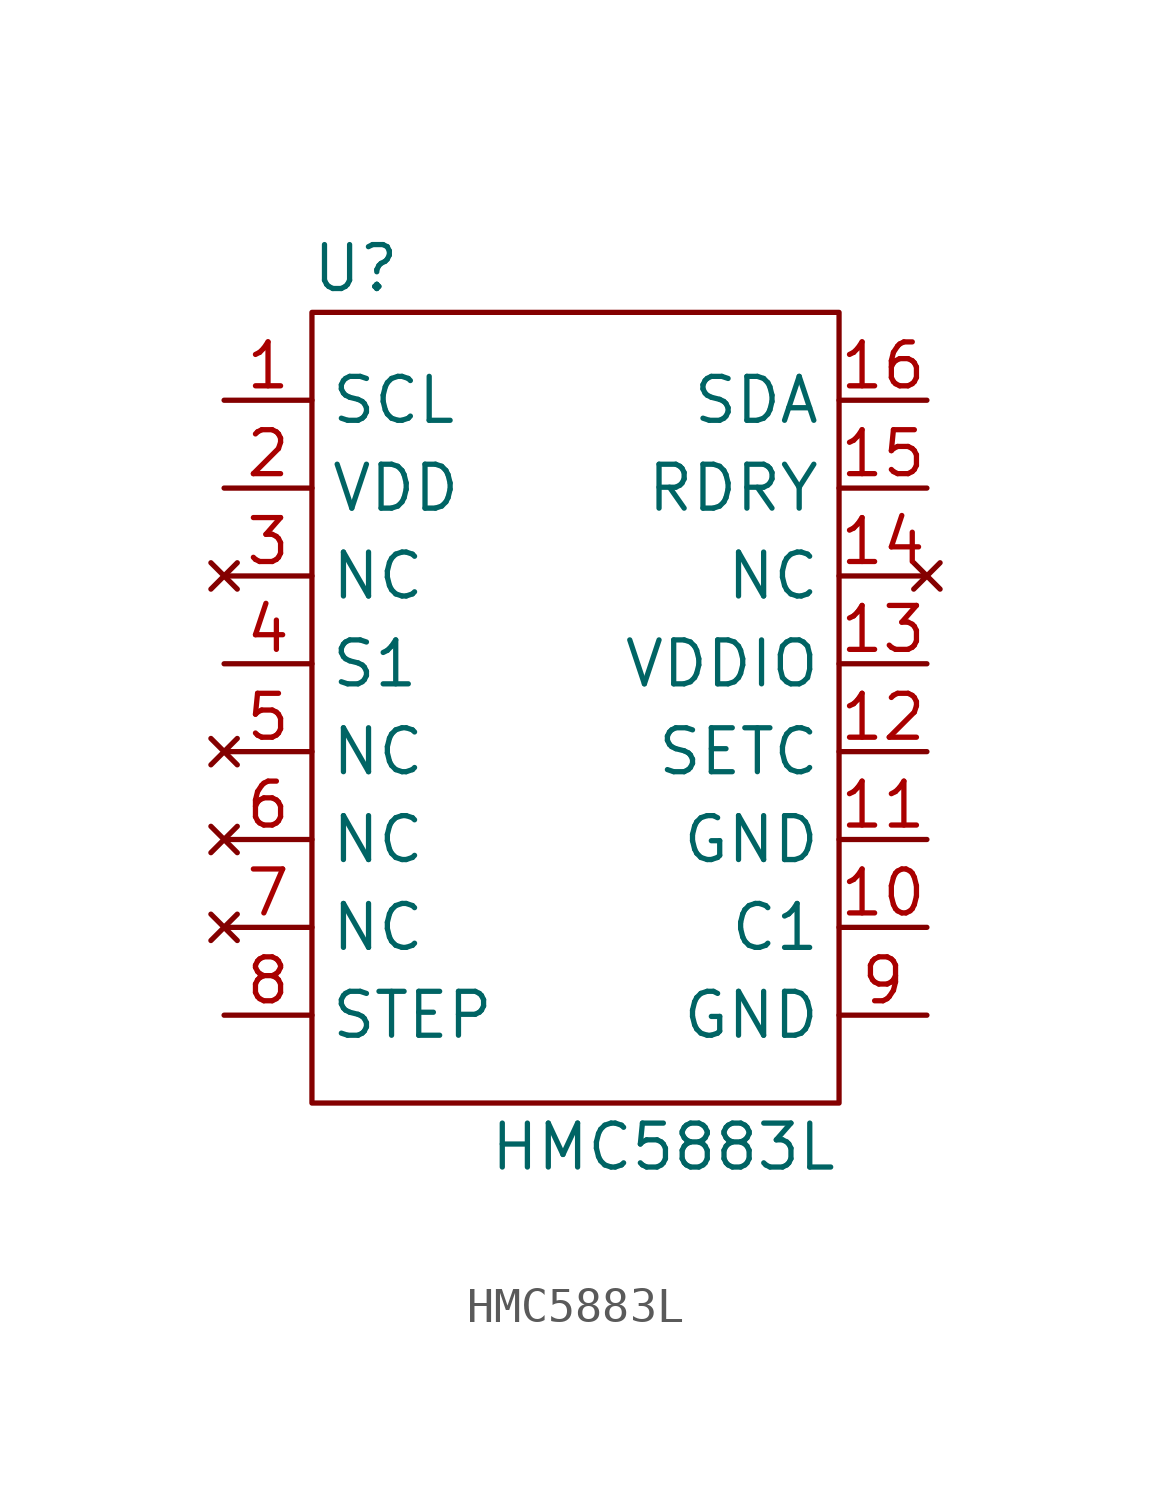
<source format=kicad_sym>
(kicad_symbol_lib
  (version 20211014)
  (generator kicad_symbol_editor)
  (symbol "HMC5883L"
    (property "Reference" "U"
      (at 1.27 24.13 0)
      (effects (font (size 1.27 1.27))))
    (property "Value" "HMC5883L"
      (at 10.16 -1.27 0)
      (effects (font (size 1.27 1.27))))
    (symbol "HMC5883L_0_1"
      (rectangle (start 0 22.86) (end 15.24 0) (stroke (width 0) (type default) (color 0 0 0 0)) (fill (type none))))
    (symbol "HMC5883L_1_1"
      (pin input line (at -2.54 20.32 0) (length 2.54) (name "SCL" (effects (font (size 1.27 1.27)))) (number "1" (effects (font (size 1.27 1.27)))))
      (pin passive line (at 17.78 5.08 180) (length 2.54) (name "C1" (effects (font (size 1.27 1.27)))) (number "10" (effects (font (size 1.27 1.27)))))
      (pin power_in line (at 17.78 7.62 180) (length 2.54) (name "GND" (effects (font (size 1.27 1.27)))) (number "11" (effects (font (size 1.27 1.27)))))
      (pin passive line (at 17.78 10.16 180) (length 2.54) (name "SETC" (effects (font (size 1.27 1.27)))) (number "12" (effects (font (size 1.27 1.27)))))
      (pin power_in line (at 17.78 12.7 180) (length 2.54) (name "VDDIO" (effects (font (size 1.27 1.27)))) (number "13" (effects (font (size 1.27 1.27)))))
      (pin no_connect line (at 17.78 15.24 180) (length 2.54) (name "NC" (effects (font (size 1.27 1.27)))) (number "14" (effects (font (size 1.27 1.27)))))
      (pin output line (at 17.78 17.78 180) (length 2.54) (name "RDRY" (effects (font (size 1.27 1.27)))) (number "15" (effects (font (size 1.27 1.27)))))
      (pin bidirectional line (at 17.78 20.32 180) (length 2.54) (name "SDA" (effects (font (size 1.27 1.27)))) (number "16" (effects (font (size 1.27 1.27)))))
      (pin power_in line (at -2.54 17.78 0) (length 2.54) (name "VDD" (effects (font (size 1.27 1.27)))) (number "2" (effects (font (size 1.27 1.27)))))
      (pin no_connect line (at -2.54 15.24 0) (length 2.54) (name "NC" (effects (font (size 1.27 1.27)))) (number "3" (effects (font (size 1.27 1.27)))))
      (pin power_in line (at -2.54 12.7 0) (length 2.54) (name "S1" (effects (font (size 1.27 1.27)))) (number "4" (effects (font (size 1.27 1.27)))))
      (pin no_connect line (at -2.54 10.16 0) (length 2.54) (name "NC" (effects (font (size 1.27 1.27)))) (number "5" (effects (font (size 1.27 1.27)))))
      (pin no_connect line (at -2.54 7.62 0) (length 2.54) (name "NC" (effects (font (size 1.27 1.27)))) (number "6" (effects (font (size 1.27 1.27)))))
      (pin no_connect line (at -2.54 5.08 0) (length 2.54) (name "NC" (effects (font (size 1.27 1.27)))) (number "7" (effects (font (size 1.27 1.27)))))
      (pin passive line (at -2.54 2.54 0) (length 2.54) (name "STEP" (effects (font (size 1.27 1.27)))) (number "8" (effects (font (size 1.27 1.27)))))
      (pin power_in line (at 17.78 2.54 180) (length 2.54) (name "GND" (effects (font (size 1.27 1.27)))) (number "9" (effects (font (size 1.27 1.27))))))))
</source>
